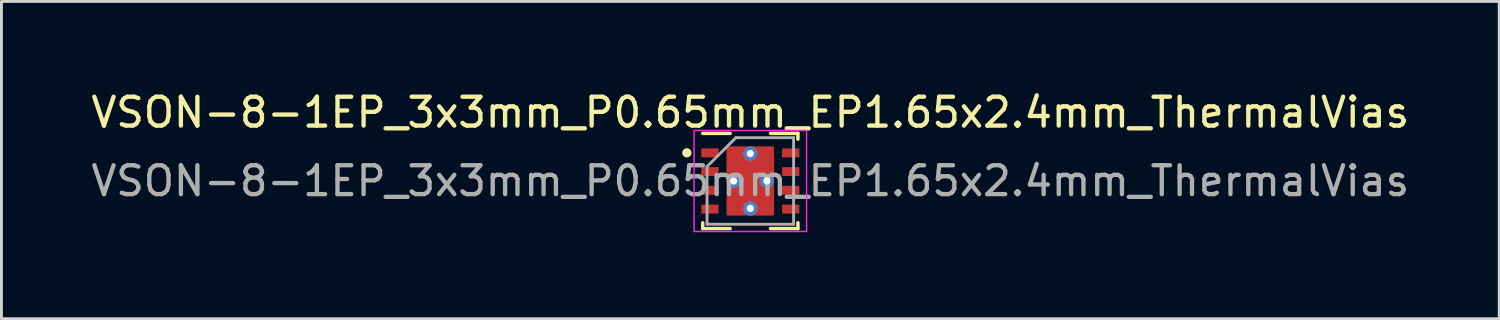
<source format=kicad_pcb>
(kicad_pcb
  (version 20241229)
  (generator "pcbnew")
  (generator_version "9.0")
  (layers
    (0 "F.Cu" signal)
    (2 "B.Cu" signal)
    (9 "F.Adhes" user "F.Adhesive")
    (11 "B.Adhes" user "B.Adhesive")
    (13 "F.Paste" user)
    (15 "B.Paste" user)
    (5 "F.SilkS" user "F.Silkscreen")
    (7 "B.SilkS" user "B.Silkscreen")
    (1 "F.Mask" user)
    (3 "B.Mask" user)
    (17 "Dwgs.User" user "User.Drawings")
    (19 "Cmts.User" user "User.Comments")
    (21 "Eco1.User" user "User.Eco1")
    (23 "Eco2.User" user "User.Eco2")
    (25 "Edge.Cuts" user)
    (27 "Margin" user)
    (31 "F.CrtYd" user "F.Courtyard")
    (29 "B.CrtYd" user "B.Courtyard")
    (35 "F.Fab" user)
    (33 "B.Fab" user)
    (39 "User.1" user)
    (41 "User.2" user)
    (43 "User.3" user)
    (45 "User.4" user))
  (footprint "VSON-8-1EP_3x3mm_P0.65mm_EP1.65x2.4mm_ThermalVias"
    (layer "F.Cu")
    (at 22.958 3.223)
    (property "Reference" "VSON-8-1EP_3x3mm_P0.65mm_EP1.65x2.4mm_ThermalVias" (at 0 -2.375 0) (unlocked yes) (layer "F.SilkS") (effects (font (size 1 1) (thickness 0.15))))
    (attr smd)
    (fp_line (start -1.65 -1.65) (end -0.7 -1.65) (stroke (width 0.12) (type solid)) (layer "F.SilkS"))
    (fp_line (start -1.65 1.65) (end -1.65 1.45) (stroke (width 0.12) (type solid)) (layer "F.SilkS"))
    (fp_line (start -1.65 1.65) (end -0.7 1.65) (stroke (width 0.12) (type solid)) (layer "F.SilkS"))
    (fp_line (start 0.7 -1.65) (end 1.65 -1.65) (stroke (width 0.12) (type solid)) (layer "F.SilkS"))
    (fp_line (start 0.7 1.65) (end 1.65 1.65) (stroke (width 0.12) (type solid)) (layer "F.SilkS"))
    (fp_line (start 1.65 -1.45) (end 1.65 -1.65) (stroke (width 0.12) (type solid)) (layer "F.SilkS"))
    (fp_line (start 1.65 1.45) (end 1.65 1.65) (stroke (width 0.12) (type solid)) (layer "F.SilkS"))
    (fp_circle (center -2.2 -0.975) (end -2.1 -0.975) (stroke (width 0.12) (type solid)) (fill yes) (layer "F.SilkS"))
    (fp_rect (start 0.755 -0.15) (end -0.755 -1.13) (stroke (width 0.05) (type solid)) (fill yes) (layer "F.Paste"))
    (fp_rect (start 0.755 1.13) (end -0.755 0.15) (stroke (width 0.05) (type solid)) (fill yes) (layer "F.Paste"))
    (fp_rect (start -1.95 -1.75) (end 1.95 1.75) (stroke (width 0.05) (type default)) (fill no) (layer "F.CrtYd"))
    (fp_line (start -1.5 -0.5) (end -0.5 -1.5) (stroke (width 0.1) (type default)) (layer "F.Fab"))
    (fp_line (start -1.5 1.5) (end -1.5 -0.5) (stroke (width 0.1) (type default)) (layer "F.Fab"))
    (fp_line (start -1.5 1.5) (end 1.5 1.5) (stroke (width 0.1) (type default)) (layer "F.Fab"))
    (fp_line (start -0.5 -1.5) (end 1.5 -1.5) (stroke (width 0.1) (type default)) (layer "F.Fab"))
    (fp_line (start 1.5 1.5) (end 1.5 -1.5) (stroke (width 0.1) (type default)) (layer "F.Fab"))
    (fp_text user "${REFERENCE}" (at 0 0 0) (unlocked yes) (layer "F.Fab") (effects (font (size 1 1) (thickness 0.15))))
    (pad "1" smd roundrect (at -1.4 -0.975) (size 0.6 0.31) (layers "F.Cu" "F.Mask" "F.Paste") (roundrect_rratio 0.03))
    (pad "2" smd roundrect (at -1.4 -0.325) (size 0.6 0.31) (layers "F.Cu" "F.Mask" "F.Paste") (roundrect_rratio 0.03))
    (pad "3" smd roundrect (at -1.4 0.325) (size 0.6 0.31) (layers "F.Cu" "F.Mask" "F.Paste") (roundrect_rratio 0.03))
    (pad "4" smd roundrect (at -1.4 0.975) (size 0.6 0.31) (layers "F.Cu" "F.Mask" "F.Paste") (roundrect_rratio 0.03))
    (pad "5" smd roundrect (at 1.4 0.975) (size 0.6 0.31) (layers "F.Cu" "F.Mask" "F.Paste") (roundrect_rratio 0.03))
    (pad "6" smd roundrect (at 1.4 0.325) (size 0.6 0.31) (layers "F.Cu" "F.Mask" "F.Paste") (roundrect_rratio 0.03))
    (pad "7" smd roundrect (at 1.4 -0.325) (size 0.6 0.31) (layers "F.Cu" "F.Mask" "F.Paste") (roundrect_rratio 0.03))
    (pad "8" smd roundrect (at 1.4 -0.975) (size 0.6 0.31) (layers "F.Cu" "F.Mask" "F.Paste") (roundrect_rratio 0.03))
    (pad "9" thru_hole circle (at -0.575 0) (size 0.5 0.5) (drill 0.25) (layers "*.Cu"))
    (pad "9" thru_hole circle (at 0 -0.95) (size 0.5 0.5) (drill 0.25) (layers "*.Cu"))
    (pad "9" smd roundrect (at 0 0) (size 1.65 2.4) (layers "F.Cu" "F.Mask") (roundrect_rratio 0.03))
    (pad "9" thru_hole circle (at 0 0.95) (size 0.5 0.5) (drill 0.25) (layers "*.Cu"))
    (pad "9" thru_hole circle (at 0.575 0) (size 0.5 0.5) (drill 0.25) (layers "*.Cu")))
  (gr_rect
    (start -3 -3)
    (end 48.917 7.998)
    (stroke (width 0.1) (type default))
    (fill no)
    (layer "Edge.Cuts")))
</source>
